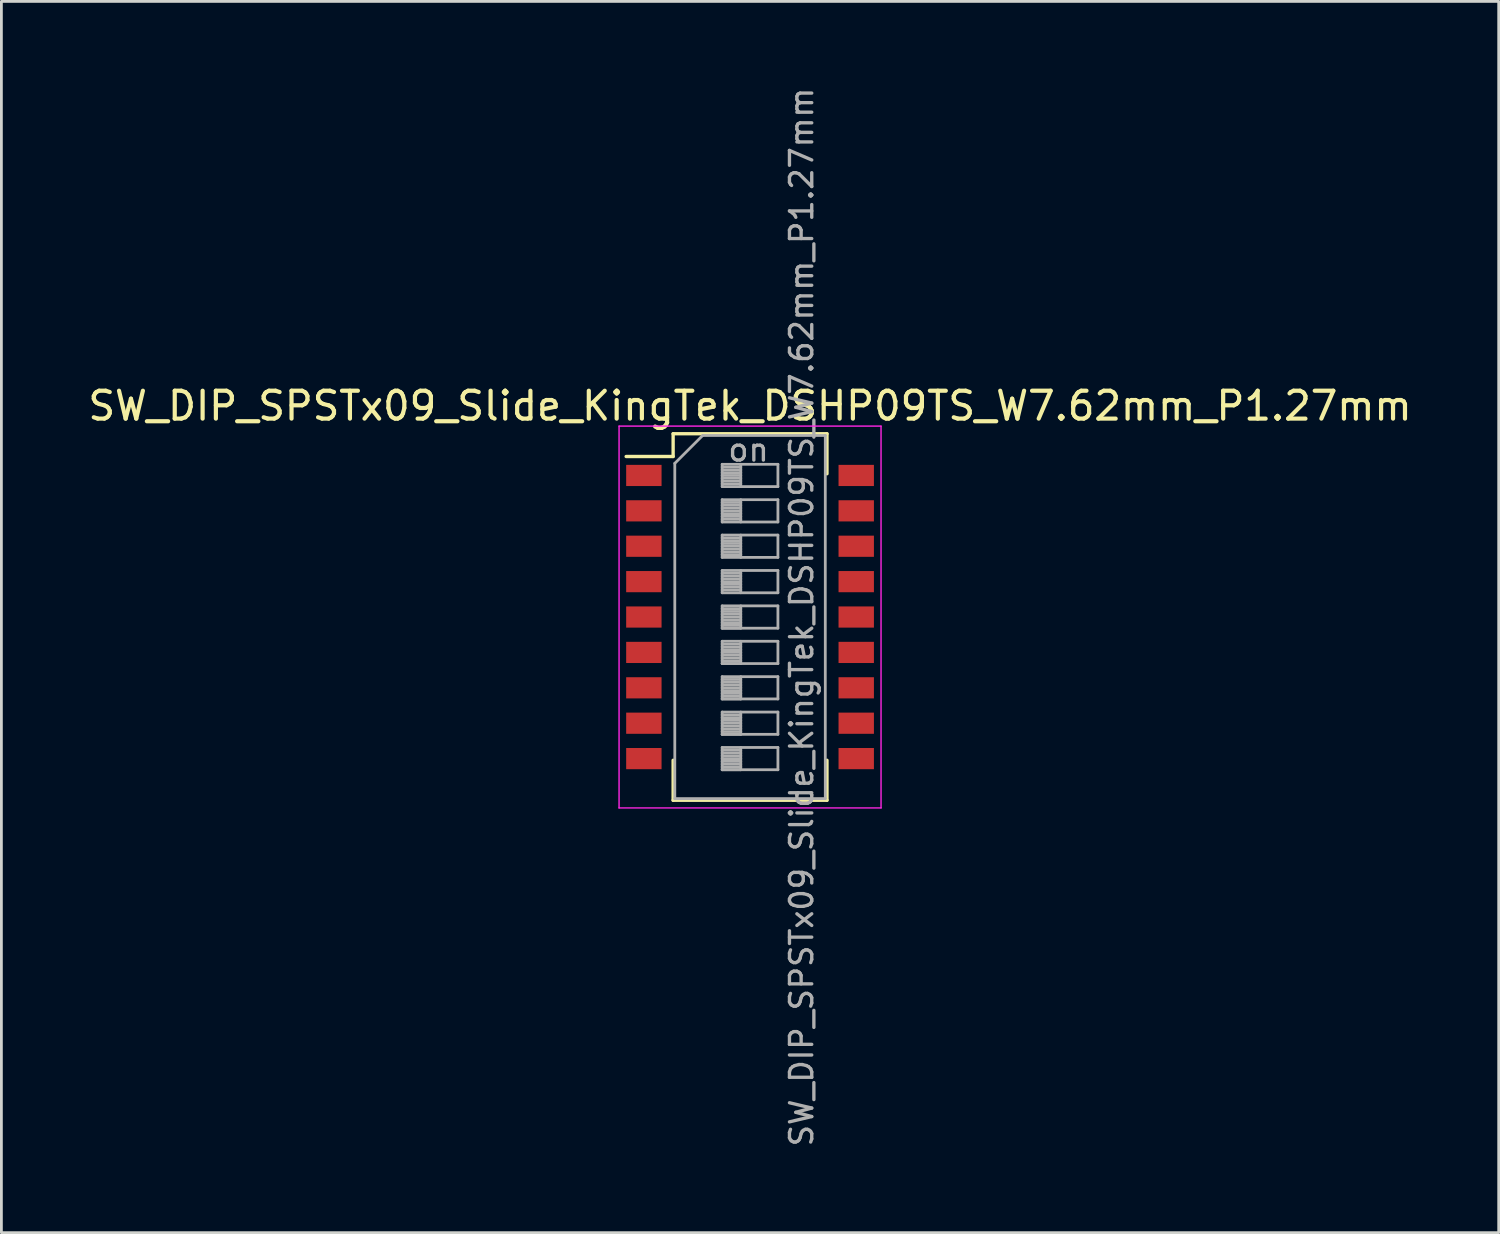
<source format=kicad_pcb>
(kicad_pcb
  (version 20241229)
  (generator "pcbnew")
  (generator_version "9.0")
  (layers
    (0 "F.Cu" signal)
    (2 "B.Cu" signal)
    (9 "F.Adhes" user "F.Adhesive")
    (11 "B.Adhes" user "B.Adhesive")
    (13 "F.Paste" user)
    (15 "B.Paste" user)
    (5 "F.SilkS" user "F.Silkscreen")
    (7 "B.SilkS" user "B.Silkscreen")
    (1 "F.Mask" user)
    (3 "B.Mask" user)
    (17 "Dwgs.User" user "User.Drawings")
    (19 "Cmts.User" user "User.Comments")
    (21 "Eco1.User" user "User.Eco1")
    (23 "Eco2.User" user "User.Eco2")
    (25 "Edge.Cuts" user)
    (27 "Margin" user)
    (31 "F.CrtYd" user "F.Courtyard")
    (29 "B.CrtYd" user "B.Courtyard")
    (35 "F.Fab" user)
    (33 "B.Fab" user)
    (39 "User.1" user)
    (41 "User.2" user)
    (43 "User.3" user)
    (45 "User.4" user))
  (footprint "SW_DIP_SPSTx09_Slide_KingTek_DSHP09TS_W7.62mm_P1.27mm"
    (layer "F.Cu")
    (at 23.863 19.09)
    (property "Reference" "SW_DIP_SPSTx09_Slide_KingTek_DSHP09TS_W7.62mm_P1.27mm" (at 0 -7.575 0) (layer "F.SilkS") (effects (font (size 1 1) (thickness 0.15))))
    (attr smd)
    (fp_line (start -4.446 -5.76) (end -2.76 -5.76) (stroke (width 0.12) (type solid)) (layer "F.SilkS"))
    (fp_line (start -2.76 -6.576) (end -2.76 -5.76) (stroke (width 0.12) (type solid)) (layer "F.SilkS"))
    (fp_line (start -2.76 -6.576) (end 2.76 -6.576) (stroke (width 0.12) (type solid)) (layer "F.SilkS"))
    (fp_line (start -2.76 5.14) (end -2.76 6.575) (stroke (width 0.12) (type solid)) (layer "F.SilkS"))
    (fp_line (start -2.76 6.575) (end 2.76 6.575) (stroke (width 0.12) (type solid)) (layer "F.SilkS"))
    (fp_line (start 2.76 -6.576) (end 2.76 -5.141) (stroke (width 0.12) (type solid)) (layer "F.SilkS"))
    (fp_line (start 2.76 5.14) (end 2.76 6.575) (stroke (width 0.12) (type solid)) (layer "F.SilkS"))
    (fp_line (start -4.7 -6.85) (end -4.7 6.85) (stroke (width 0.05) (type solid)) (layer "F.CrtYd"))
    (fp_line (start -4.7 6.85) (end 4.7 6.85) (stroke (width 0.05) (type solid)) (layer "F.CrtYd"))
    (fp_line (start 4.7 -6.85) (end -4.7 -6.85) (stroke (width 0.05) (type solid)) (layer "F.CrtYd"))
    (fp_line (start 4.7 6.85) (end 4.7 -6.85) (stroke (width 0.05) (type solid)) (layer "F.CrtYd"))
    (fp_line (start -2.7 -5.515) (end -1.7 -6.515) (stroke (width 0.1) (type solid)) (layer "F.Fab"))
    (fp_line (start -2.7 6.515) (end -2.7 -5.515) (stroke (width 0.1) (type solid)) (layer "F.Fab"))
    (fp_line (start -1.7 -6.515) (end 2.7 -6.515) (stroke (width 0.1) (type solid)) (layer "F.Fab"))
    (fp_line (start -1 -5.48) (end -1 -4.68) (stroke (width 0.1) (type solid)) (layer "F.Fab"))
    (fp_line (start -1 -5.38) (end -0.333 -5.38) (stroke (width 0.1) (type solid)) (layer "F.Fab"))
    (fp_line (start -1 -5.28) (end -0.333 -5.28) (stroke (width 0.1) (type solid)) (layer "F.Fab"))
    (fp_line (start -1 -5.18) (end -0.333 -5.18) (stroke (width 0.1) (type solid)) (layer "F.Fab"))
    (fp_line (start -1 -5.08) (end -0.333 -5.08) (stroke (width 0.1) (type solid)) (layer "F.Fab"))
    (fp_line (start -1 -4.98) (end -0.333 -4.98) (stroke (width 0.1) (type solid)) (layer "F.Fab"))
    (fp_line (start -1 -4.88) (end -0.333 -4.88) (stroke (width 0.1) (type solid)) (layer "F.Fab"))
    (fp_line (start -1 -4.78) (end -0.333 -4.78) (stroke (width 0.1) (type solid)) (layer "F.Fab"))
    (fp_line (start -1 -4.68) (end 1 -4.68) (stroke (width 0.1) (type solid)) (layer "F.Fab"))
    (fp_line (start -1 -4.21) (end -1 -3.41) (stroke (width 0.1) (type solid)) (layer "F.Fab"))
    (fp_line (start -1 -4.11) (end -0.333 -4.11) (stroke (width 0.1) (type solid)) (layer "F.Fab"))
    (fp_line (start -1 -4.01) (end -0.333 -4.01) (stroke (width 0.1) (type solid)) (layer "F.Fab"))
    (fp_line (start -1 -3.91) (end -0.333 -3.91) (stroke (width 0.1) (type solid)) (layer "F.Fab"))
    (fp_line (start -1 -3.81) (end -0.333 -3.81) (stroke (width 0.1) (type solid)) (layer "F.Fab"))
    (fp_line (start -1 -3.71) (end -0.333 -3.71) (stroke (width 0.1) (type solid)) (layer "F.Fab"))
    (fp_line (start -1 -3.61) (end -0.333 -3.61) (stroke (width 0.1) (type solid)) (layer "F.Fab"))
    (fp_line (start -1 -3.51) (end -0.333 -3.51) (stroke (width 0.1) (type solid)) (layer "F.Fab"))
    (fp_line (start -1 -3.41) (end 1 -3.41) (stroke (width 0.1) (type solid)) (layer "F.Fab"))
    (fp_line (start -1 -2.94) (end -1 -2.14) (stroke (width 0.1) (type solid)) (layer "F.Fab"))
    (fp_line (start -1 -2.84) (end -0.333 -2.84) (stroke (width 0.1) (type solid)) (layer "F.Fab"))
    (fp_line (start -1 -2.74) (end -0.333 -2.74) (stroke (width 0.1) (type solid)) (layer "F.Fab"))
    (fp_line (start -1 -2.64) (end -0.333 -2.64) (stroke (width 0.1) (type solid)) (layer "F.Fab"))
    (fp_line (start -1 -2.54) (end -0.333 -2.54) (stroke (width 0.1) (type solid)) (layer "F.Fab"))
    (fp_line (start -1 -2.44) (end -0.333 -2.44) (stroke (width 0.1) (type solid)) (layer "F.Fab"))
    (fp_line (start -1 -2.34) (end -0.333 -2.34) (stroke (width 0.1) (type solid)) (layer "F.Fab"))
    (fp_line (start -1 -2.24) (end -0.333 -2.24) (stroke (width 0.1) (type solid)) (layer "F.Fab"))
    (fp_line (start -1 -2.14) (end 1 -2.14) (stroke (width 0.1) (type solid)) (layer "F.Fab"))
    (fp_line (start -1 -1.67) (end -1 -0.87) (stroke (width 0.1) (type solid)) (layer "F.Fab"))
    (fp_line (start -1 -1.57) (end -0.333 -1.57) (stroke (width 0.1) (type solid)) (layer "F.Fab"))
    (fp_line (start -1 -1.47) (end -0.333 -1.47) (stroke (width 0.1) (type solid)) (layer "F.Fab"))
    (fp_line (start -1 -1.37) (end -0.333 -1.37) (stroke (width 0.1) (type solid)) (layer "F.Fab"))
    (fp_line (start -1 -1.27) (end -0.333 -1.27) (stroke (width 0.1) (type solid)) (layer "F.Fab"))
    (fp_line (start -1 -1.17) (end -0.333 -1.17) (stroke (width 0.1) (type solid)) (layer "F.Fab"))
    (fp_line (start -1 -1.07) (end -0.333 -1.07) (stroke (width 0.1) (type solid)) (layer "F.Fab"))
    (fp_line (start -1 -0.97) (end -0.333 -0.97) (stroke (width 0.1) (type solid)) (layer "F.Fab"))
    (fp_line (start -1 -0.87) (end 1 -0.87) (stroke (width 0.1) (type solid)) (layer "F.Fab"))
    (fp_line (start -1 -0.4) (end -1 0.4) (stroke (width 0.1) (type solid)) (layer "F.Fab"))
    (fp_line (start -1 -0.3) (end -0.333 -0.3) (stroke (width 0.1) (type solid)) (layer "F.Fab"))
    (fp_line (start -1 -0.2) (end -0.333 -0.2) (stroke (width 0.1) (type solid)) (layer "F.Fab"))
    (fp_line (start -1 -0.1) (end -0.333 -0.1) (stroke (width 0.1) (type solid)) (layer "F.Fab"))
    (fp_line (start -1 0) (end -0.333 0) (stroke (width 0.1) (type solid)) (layer "F.Fab"))
    (fp_line (start -1 0.1) (end -0.333 0.1) (stroke (width 0.1) (type solid)) (layer "F.Fab"))
    (fp_line (start -1 0.2) (end -0.333 0.2) (stroke (width 0.1) (type solid)) (layer "F.Fab"))
    (fp_line (start -1 0.3) (end -0.333 0.3) (stroke (width 0.1) (type solid)) (layer "F.Fab"))
    (fp_line (start -1 0.4) (end -0.333 0.4) (stroke (width 0.1) (type solid)) (layer "F.Fab"))
    (fp_line (start -1 0.4) (end 1 0.4) (stroke (width 0.1) (type solid)) (layer "F.Fab"))
    (fp_line (start -1 0.87) (end -1 1.67) (stroke (width 0.1) (type solid)) (layer "F.Fab"))
    (fp_line (start -1 0.97) (end -0.333 0.97) (stroke (width 0.1) (type solid)) (layer "F.Fab"))
    (fp_line (start -1 1.07) (end -0.333 1.07) (stroke (width 0.1) (type solid)) (layer "F.Fab"))
    (fp_line (start -1 1.17) (end -0.333 1.17) (stroke (width 0.1) (type solid)) (layer "F.Fab"))
    (fp_line (start -1 1.27) (end -0.333 1.27) (stroke (width 0.1) (type solid)) (layer "F.Fab"))
    (fp_line (start -1 1.37) (end -0.333 1.37) (stroke (width 0.1) (type solid)) (layer "F.Fab"))
    (fp_line (start -1 1.47) (end -0.333 1.47) (stroke (width 0.1) (type solid)) (layer "F.Fab"))
    (fp_line (start -1 1.57) (end -0.333 1.57) (stroke (width 0.1) (type solid)) (layer "F.Fab"))
    (fp_line (start -1 1.67) (end -0.333 1.67) (stroke (width 0.1) (type solid)) (layer "F.Fab"))
    (fp_line (start -1 1.67) (end 1 1.67) (stroke (width 0.1) (type solid)) (layer "F.Fab"))
    (fp_line (start -1 2.14) (end -1 2.94) (stroke (width 0.1) (type solid)) (layer "F.Fab"))
    (fp_line (start -1 2.24) (end -0.333 2.24) (stroke (width 0.1) (type solid)) (layer "F.Fab"))
    (fp_line (start -1 2.34) (end -0.333 2.34) (stroke (width 0.1) (type solid)) (layer "F.Fab"))
    (fp_line (start -1 2.44) (end -0.333 2.44) (stroke (width 0.1) (type solid)) (layer "F.Fab"))
    (fp_line (start -1 2.54) (end -0.333 2.54) (stroke (width 0.1) (type solid)) (layer "F.Fab"))
    (fp_line (start -1 2.64) (end -0.333 2.64) (stroke (width 0.1) (type solid)) (layer "F.Fab"))
    (fp_line (start -1 2.74) (end -0.333 2.74) (stroke (width 0.1) (type solid)) (layer "F.Fab"))
    (fp_line (start -1 2.84) (end -0.333 2.84) (stroke (width 0.1) (type solid)) (layer "F.Fab"))
    (fp_line (start -1 2.94) (end -0.333 2.94) (stroke (width 0.1) (type solid)) (layer "F.Fab"))
    (fp_line (start -1 2.94) (end 1 2.94) (stroke (width 0.1) (type solid)) (layer "F.Fab"))
    (fp_line (start -1 3.41) (end -1 4.21) (stroke (width 0.1) (type solid)) (layer "F.Fab"))
    (fp_line (start -1 3.51) (end -0.333 3.51) (stroke (width 0.1) (type solid)) (layer "F.Fab"))
    (fp_line (start -1 3.61) (end -0.333 3.61) (stroke (width 0.1) (type solid)) (layer "F.Fab"))
    (fp_line (start -1 3.71) (end -0.333 3.71) (stroke (width 0.1) (type solid)) (layer "F.Fab"))
    (fp_line (start -1 3.81) (end -0.333 3.81) (stroke (width 0.1) (type solid)) (layer "F.Fab"))
    (fp_line (start -1 3.91) (end -0.333 3.91) (stroke (width 0.1) (type solid)) (layer "F.Fab"))
    (fp_line (start -1 4.01) (end -0.333 4.01) (stroke (width 0.1) (type solid)) (layer "F.Fab"))
    (fp_line (start -1 4.11) (end -0.333 4.11) (stroke (width 0.1) (type solid)) (layer "F.Fab"))
    (fp_line (start -1 4.21) (end -0.333 4.21) (stroke (width 0.1) (type solid)) (layer "F.Fab"))
    (fp_line (start -1 4.21) (end 1 4.21) (stroke (width 0.1) (type solid)) (layer "F.Fab"))
    (fp_line (start -1 4.68) (end -1 5.48) (stroke (width 0.1) (type solid)) (layer "F.Fab"))
    (fp_line (start -1 4.78) (end -0.333 4.78) (stroke (width 0.1) (type solid)) (layer "F.Fab"))
    (fp_line (start -1 4.88) (end -0.333 4.88) (stroke (width 0.1) (type solid)) (layer "F.Fab"))
    (fp_line (start -1 4.98) (end -0.333 4.98) (stroke (width 0.1) (type solid)) (layer "F.Fab"))
    (fp_line (start -1 5.08) (end -0.333 5.08) (stroke (width 0.1) (type solid)) (layer "F.Fab"))
    (fp_line (start -1 5.18) (end -0.333 5.18) (stroke (width 0.1) (type solid)) (layer "F.Fab"))
    (fp_line (start -1 5.28) (end -0.333 5.28) (stroke (width 0.1) (type solid)) (layer "F.Fab"))
    (fp_line (start -1 5.38) (end -0.333 5.38) (stroke (width 0.1) (type solid)) (layer "F.Fab"))
    (fp_line (start -1 5.48) (end -0.333 5.48) (stroke (width 0.1) (type solid)) (layer "F.Fab"))
    (fp_line (start -1 5.48) (end 1 5.48) (stroke (width 0.1) (type solid)) (layer "F.Fab"))
    (fp_line (start -0.333 -5.48) (end -0.333 -4.68) (stroke (width 0.1) (type solid)) (layer "F.Fab"))
    (fp_line (start -0.333 -4.21) (end -0.333 -3.41) (stroke (width 0.1) (type solid)) (layer "F.Fab"))
    (fp_line (start -0.333 -2.94) (end -0.333 -2.14) (stroke (width 0.1) (type solid)) (layer "F.Fab"))
    (fp_line (start -0.333 -1.67) (end -0.333 -0.87) (stroke (width 0.1) (type solid)) (layer "F.Fab"))
    (fp_line (start -0.333 -0.4) (end -0.333 0.4) (stroke (width 0.1) (type solid)) (layer "F.Fab"))
    (fp_line (start -0.333 0.87) (end -0.333 1.67) (stroke (width 0.1) (type solid)) (layer "F.Fab"))
    (fp_line (start -0.333 2.14) (end -0.333 2.94) (stroke (width 0.1) (type solid)) (layer "F.Fab"))
    (fp_line (start -0.333 3.41) (end -0.333 4.21) (stroke (width 0.1) (type solid)) (layer "F.Fab"))
    (fp_line (start -0.333 4.68) (end -0.333 5.48) (stroke (width 0.1) (type solid)) (layer "F.Fab"))
    (fp_line (start 1 -5.48) (end -1 -5.48) (stroke (width 0.1) (type solid)) (layer "F.Fab"))
    (fp_line (start 1 -4.68) (end 1 -5.48) (stroke (width 0.1) (type solid)) (layer "F.Fab"))
    (fp_line (start 1 -4.21) (end -1 -4.21) (stroke (width 0.1) (type solid)) (layer "F.Fab"))
    (fp_line (start 1 -3.41) (end 1 -4.21) (stroke (width 0.1) (type solid)) (layer "F.Fab"))
    (fp_line (start 1 -2.94) (end -1 -2.94) (stroke (width 0.1) (type solid)) (layer "F.Fab"))
    (fp_line (start 1 -2.14) (end 1 -2.94) (stroke (width 0.1) (type solid)) (layer "F.Fab"))
    (fp_line (start 1 -1.67) (end -1 -1.67) (stroke (width 0.1) (type solid)) (layer "F.Fab"))
    (fp_line (start 1 -0.87) (end 1 -1.67) (stroke (width 0.1) (type solid)) (layer "F.Fab"))
    (fp_line (start 1 -0.4) (end -1 -0.4) (stroke (width 0.1) (type solid)) (layer "F.Fab"))
    (fp_line (start 1 0.4) (end 1 -0.4) (stroke (width 0.1) (type solid)) (layer "F.Fab"))
    (fp_line (start 1 0.87) (end -1 0.87) (stroke (width 0.1) (type solid)) (layer "F.Fab"))
    (fp_line (start 1 1.67) (end 1 0.87) (stroke (width 0.1) (type solid)) (layer "F.Fab"))
    (fp_line (start 1 2.14) (end -1 2.14) (stroke (width 0.1) (type solid)) (layer "F.Fab"))
    (fp_line (start 1 2.94) (end 1 2.14) (stroke (width 0.1) (type solid)) (layer "F.Fab"))
    (fp_line (start 1 3.41) (end -1 3.41) (stroke (width 0.1) (type solid)) (layer "F.Fab"))
    (fp_line (start 1 4.21) (end 1 3.41) (stroke (width 0.1) (type solid)) (layer "F.Fab"))
    (fp_line (start 1 4.68) (end -1 4.68) (stroke (width 0.1) (type solid)) (layer "F.Fab"))
    (fp_line (start 1 5.48) (end 1 4.68) (stroke (width 0.1) (type solid)) (layer "F.Fab"))
    (fp_line (start 2.7 -6.515) (end 2.7 6.515) (stroke (width 0.1) (type solid)) (layer "F.Fab"))
    (fp_line (start 2.7 6.515) (end -2.7 6.515) (stroke (width 0.1) (type solid)) (layer "F.Fab"))
    (fp_text user "${REFERENCE}" (at 1.85 0 90) (layer "F.Fab") (effects (font (size 0.8 0.8) (thickness 0.12))))
    (fp_text user "on" (at -0.055 -5.997 0) (layer "F.Fab") (effects (font (size 0.8 0.8) (thickness 0.12))))
    (pad "1" smd rect (at -3.81 -5.08) (size 1.27 0.76) (layers "F.Cu" "F.Mask" "F.Paste"))
    (pad "2" smd rect (at -3.81 -3.81) (size 1.27 0.76) (layers "F.Cu" "F.Mask" "F.Paste"))
    (pad "3" smd rect (at -3.81 -2.54) (size 1.27 0.76) (layers "F.Cu" "F.Mask" "F.Paste"))
    (pad "4" smd rect (at -3.81 -1.27) (size 1.27 0.76) (layers "F.Cu" "F.Mask" "F.Paste"))
    (pad "5" smd rect (at -3.81 0) (size 1.27 0.76) (layers "F.Cu" "F.Mask" "F.Paste"))
    (pad "6" smd rect (at -3.81 1.27) (size 1.27 0.76) (layers "F.Cu" "F.Mask" "F.Paste"))
    (pad "7" smd rect (at -3.81 2.54) (size 1.27 0.76) (layers "F.Cu" "F.Mask" "F.Paste"))
    (pad "8" smd rect (at -3.81 3.81) (size 1.27 0.76) (layers "F.Cu" "F.Mask" "F.Paste"))
    (pad "9" smd rect (at -3.81 5.08) (size 1.27 0.76) (layers "F.Cu" "F.Mask" "F.Paste"))
    (pad "10" smd rect (at 3.81 5.08) (size 1.27 0.76) (layers "F.Cu" "F.Mask" "F.Paste"))
    (pad "11" smd rect (at 3.81 3.81) (size 1.27 0.76) (layers "F.Cu" "F.Mask" "F.Paste"))
    (pad "12" smd rect (at 3.81 2.54) (size 1.27 0.76) (layers "F.Cu" "F.Mask" "F.Paste"))
    (pad "13" smd rect (at 3.81 1.27) (size 1.27 0.76) (layers "F.Cu" "F.Mask" "F.Paste"))
    (pad "14" smd rect (at 3.81 0) (size 1.27 0.76) (layers "F.Cu" "F.Mask" "F.Paste"))
    (pad "15" smd rect (at 3.81 -1.27) (size 1.27 0.76) (layers "F.Cu" "F.Mask" "F.Paste"))
    (pad "16" smd rect (at 3.81 -2.54) (size 1.27 0.76) (layers "F.Cu" "F.Mask" "F.Paste"))
    (pad "17" smd rect (at 3.81 -3.81) (size 1.27 0.76) (layers "F.Cu" "F.Mask" "F.Paste"))
    (pad "18" smd rect (at 3.81 -5.08) (size 1.27 0.76) (layers "F.Cu" "F.Mask" "F.Paste")))
  (gr_rect
    (start -3 -3)
    (end 50.726 41.181)
    (stroke (width 0.1) (type default))
    (fill no)
    (layer "Edge.Cuts")))
</source>
